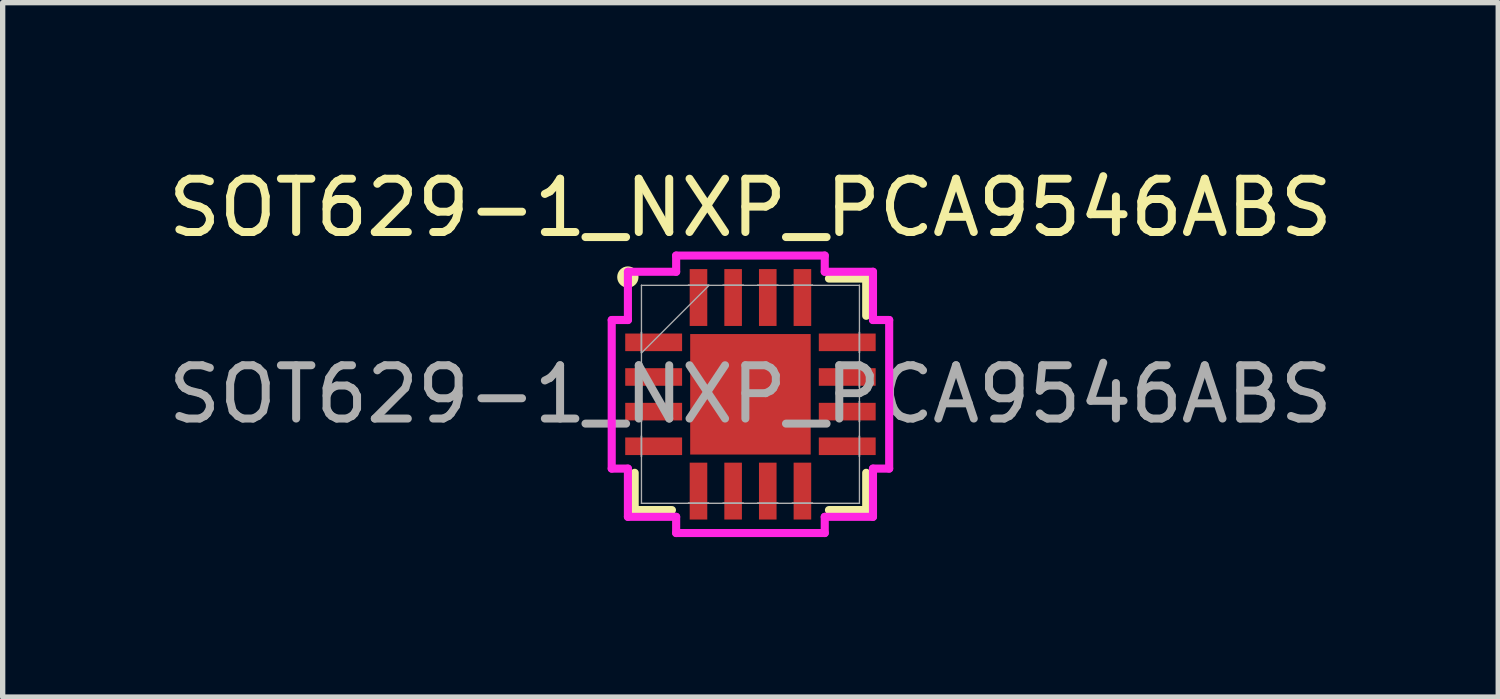
<source format=kicad_pcb>
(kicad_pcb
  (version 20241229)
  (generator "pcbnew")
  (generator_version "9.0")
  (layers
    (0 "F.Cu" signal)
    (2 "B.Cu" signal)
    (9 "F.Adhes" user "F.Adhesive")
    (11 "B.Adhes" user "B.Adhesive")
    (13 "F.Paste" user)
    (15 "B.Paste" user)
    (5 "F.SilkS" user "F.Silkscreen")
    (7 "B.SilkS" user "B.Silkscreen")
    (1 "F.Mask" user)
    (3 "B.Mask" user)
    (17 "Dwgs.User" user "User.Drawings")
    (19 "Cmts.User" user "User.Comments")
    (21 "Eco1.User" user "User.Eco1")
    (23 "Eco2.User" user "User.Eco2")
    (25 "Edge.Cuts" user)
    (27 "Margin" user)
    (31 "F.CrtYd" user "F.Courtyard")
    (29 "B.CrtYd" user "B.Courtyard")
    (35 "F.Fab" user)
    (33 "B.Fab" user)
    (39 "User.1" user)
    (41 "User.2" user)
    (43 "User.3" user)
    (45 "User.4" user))
  (footprint "SOT629-1_NXP_PCA9546ABS"
    (layer "F.Cu")
    (at 11.03 4.348)
    (property "Reference" "SOT629-1_NXP_PCA9546ABS" (at 0 -3.5 0) (unlocked yes) (layer "F.SilkS") (effects (font (size 1 1) (thickness 0.15))))
    (attr smd)
    (fp_line (start -2.172 1.473) (end -2.172 2.172) (stroke (width 0.152) (type solid)) (layer "F.SilkS"))
    (fp_line (start -2.172 2.172) (end -1.473 2.172) (stroke (width 0.152) (type solid)) (layer "F.SilkS"))
    (fp_line (start 1.473 2.172) (end 2.172 2.172) (stroke (width 0.152) (type solid)) (layer "F.SilkS"))
    (fp_line (start 2.172 -2.172) (end 1.473 -2.172) (stroke (width 0.152) (type solid)) (layer "F.SilkS"))
    (fp_line (start 2.172 -1.473) (end 2.172 -2.172) (stroke (width 0.152) (type solid)) (layer "F.SilkS"))
    (fp_line (start 2.172 2.172) (end 2.172 1.473) (stroke (width 0.152) (type solid)) (layer "F.SilkS"))
    (fp_circle (center -2.3 -2.2) (end -2.2 -2.2) (stroke (width 0.2) (type default)) (fill no) (layer "F.SilkS"))
    (fp_line (start -2.603 -1.394) (end -2.299 -1.394) (stroke (width 0.152) (type solid)) (layer "F.CrtYd"))
    (fp_line (start -2.603 1.394) (end -2.603 -1.394) (stroke (width 0.152) (type solid)) (layer "F.CrtYd"))
    (fp_line (start -2.299 -2.299) (end -1.394 -2.299) (stroke (width 0.152) (type solid)) (layer "F.CrtYd"))
    (fp_line (start -2.299 -1.394) (end -2.299 -2.299) (stroke (width 0.152) (type solid)) (layer "F.CrtYd"))
    (fp_line (start -2.299 1.394) (end -2.603 1.394) (stroke (width 0.152) (type solid)) (layer "F.CrtYd"))
    (fp_line (start -2.299 2.299) (end -2.299 1.394) (stroke (width 0.152) (type solid)) (layer "F.CrtYd"))
    (fp_line (start -1.394 -2.603) (end 1.394 -2.603) (stroke (width 0.152) (type solid)) (layer "F.CrtYd"))
    (fp_line (start -1.394 -2.299) (end -1.394 -2.603) (stroke (width 0.152) (type solid)) (layer "F.CrtYd"))
    (fp_line (start -1.394 2.299) (end -2.299 2.299) (stroke (width 0.152) (type solid)) (layer "F.CrtYd"))
    (fp_line (start -1.394 2.603) (end -1.394 2.299) (stroke (width 0.152) (type solid)) (layer "F.CrtYd"))
    (fp_line (start 1.394 -2.603) (end 1.394 -2.299) (stroke (width 0.152) (type solid)) (layer "F.CrtYd"))
    (fp_line (start 1.394 -2.299) (end 2.299 -2.299) (stroke (width 0.152) (type solid)) (layer "F.CrtYd"))
    (fp_line (start 1.394 2.299) (end 1.394 2.603) (stroke (width 0.152) (type solid)) (layer "F.CrtYd"))
    (fp_line (start 1.394 2.603) (end -1.394 2.603) (stroke (width 0.152) (type solid)) (layer "F.CrtYd"))
    (fp_line (start 2.299 -2.299) (end 2.299 -1.394) (stroke (width 0.152) (type solid)) (layer "F.CrtYd"))
    (fp_line (start 2.299 -1.394) (end 2.603 -1.394) (stroke (width 0.152) (type solid)) (layer "F.CrtYd"))
    (fp_line (start 2.299 1.394) (end 2.299 2.299) (stroke (width 0.152) (type solid)) (layer "F.CrtYd"))
    (fp_line (start 2.299 2.299) (end 1.394 2.299) (stroke (width 0.152) (type solid)) (layer "F.CrtYd"))
    (fp_line (start 2.603 -1.394) (end 2.603 1.394) (stroke (width 0.152) (type solid)) (layer "F.CrtYd"))
    (fp_line (start 2.603 1.394) (end 2.299 1.394) (stroke (width 0.152) (type solid)) (layer "F.CrtYd"))
    (fp_line (start -2.045 -2.045) (end -2.045 -2.045) (stroke (width 0.025) (type solid)) (layer "F.Fab"))
    (fp_line (start -2.045 -2.045) (end -2.045 2.045) (stroke (width 0.025) (type solid)) (layer "F.Fab"))
    (fp_line (start -2.045 -1.165) (end -2.045 -1.165) (stroke (width 0.025) (type solid)) (layer "F.Fab"))
    (fp_line (start -2.045 -1.165) (end -2.045 -0.784) (stroke (width 0.025) (type solid)) (layer "F.Fab"))
    (fp_line (start -2.045 -0.784) (end -2.045 -1.165) (stroke (width 0.025) (type solid)) (layer "F.Fab"))
    (fp_line (start -2.045 -0.784) (end -2.045 -0.784) (stroke (width 0.025) (type solid)) (layer "F.Fab"))
    (fp_line (start -2.045 -0.775) (end -0.775 -2.045) (stroke (width 0.025) (type solid)) (layer "F.Fab"))
    (fp_line (start -2.045 -0.515) (end -2.045 -0.515) (stroke (width 0.025) (type solid)) (layer "F.Fab"))
    (fp_line (start -2.045 -0.515) (end -2.045 -0.135) (stroke (width 0.025) (type solid)) (layer "F.Fab"))
    (fp_line (start -2.045 -0.135) (end -2.045 -0.515) (stroke (width 0.025) (type solid)) (layer "F.Fab"))
    (fp_line (start -2.045 -0.135) (end -2.045 -0.135) (stroke (width 0.025) (type solid)) (layer "F.Fab"))
    (fp_line (start -2.045 0.135) (end -2.045 0.135) (stroke (width 0.025) (type solid)) (layer "F.Fab"))
    (fp_line (start -2.045 0.135) (end -2.045 0.515) (stroke (width 0.025) (type solid)) (layer "F.Fab"))
    (fp_line (start -2.045 0.515) (end -2.045 0.135) (stroke (width 0.025) (type solid)) (layer "F.Fab"))
    (fp_line (start -2.045 0.515) (end -2.045 0.515) (stroke (width 0.025) (type solid)) (layer "F.Fab"))
    (fp_line (start -2.045 0.784) (end -2.045 0.784) (stroke (width 0.025) (type solid)) (layer "F.Fab"))
    (fp_line (start -2.045 0.784) (end -2.045 1.165) (stroke (width 0.025) (type solid)) (layer "F.Fab"))
    (fp_line (start -2.045 1.165) (end -2.045 0.784) (stroke (width 0.025) (type solid)) (layer "F.Fab"))
    (fp_line (start -2.045 1.165) (end -2.045 1.165) (stroke (width 0.025) (type solid)) (layer "F.Fab"))
    (fp_line (start -2.045 2.045) (end -2.045 2.045) (stroke (width 0.025) (type solid)) (layer "F.Fab"))
    (fp_line (start -2.045 2.045) (end 2.045 2.045) (stroke (width 0.025) (type solid)) (layer "F.Fab"))
    (fp_line (start -1.165 -2.045) (end -1.165 -2.045) (stroke (width 0.025) (type solid)) (layer "F.Fab"))
    (fp_line (start -1.165 -2.045) (end -0.784 -2.045) (stroke (width 0.025) (type solid)) (layer "F.Fab"))
    (fp_line (start -1.165 2.045) (end -1.165 2.045) (stroke (width 0.025) (type solid)) (layer "F.Fab"))
    (fp_line (start -1.165 2.045) (end -0.784 2.045) (stroke (width 0.025) (type solid)) (layer "F.Fab"))
    (fp_line (start -0.784 -2.045) (end -1.165 -2.045) (stroke (width 0.025) (type solid)) (layer "F.Fab"))
    (fp_line (start -0.784 -2.045) (end -0.784 -2.045) (stroke (width 0.025) (type solid)) (layer "F.Fab"))
    (fp_line (start -0.784 2.045) (end -1.165 2.045) (stroke (width 0.025) (type solid)) (layer "F.Fab"))
    (fp_line (start -0.784 2.045) (end -0.784 2.045) (stroke (width 0.025) (type solid)) (layer "F.Fab"))
    (fp_line (start -0.515 -2.045) (end -0.515 -2.045) (stroke (width 0.025) (type solid)) (layer "F.Fab"))
    (fp_line (start -0.515 -2.045) (end -0.135 -2.045) (stroke (width 0.025) (type solid)) (layer "F.Fab"))
    (fp_line (start -0.515 2.045) (end -0.515 2.045) (stroke (width 0.025) (type solid)) (layer "F.Fab"))
    (fp_line (start -0.515 2.045) (end -0.135 2.045) (stroke (width 0.025) (type solid)) (layer "F.Fab"))
    (fp_line (start -0.135 -2.045) (end -0.515 -2.045) (stroke (width 0.025) (type solid)) (layer "F.Fab"))
    (fp_line (start -0.135 -2.045) (end -0.135 -2.045) (stroke (width 0.025) (type solid)) (layer "F.Fab"))
    (fp_line (start -0.135 2.045) (end -0.515 2.045) (stroke (width 0.025) (type solid)) (layer "F.Fab"))
    (fp_line (start -0.135 2.045) (end -0.135 2.045) (stroke (width 0.025) (type solid)) (layer "F.Fab"))
    (fp_line (start 0.135 -2.045) (end 0.135 -2.045) (stroke (width 0.025) (type solid)) (layer "F.Fab"))
    (fp_line (start 0.135 -2.045) (end 0.515 -2.045) (stroke (width 0.025) (type solid)) (layer "F.Fab"))
    (fp_line (start 0.135 2.045) (end 0.135 2.045) (stroke (width 0.025) (type solid)) (layer "F.Fab"))
    (fp_line (start 0.135 2.045) (end 0.515 2.045) (stroke (width 0.025) (type solid)) (layer "F.Fab"))
    (fp_line (start 0.515 -2.045) (end 0.135 -2.045) (stroke (width 0.025) (type solid)) (layer "F.Fab"))
    (fp_line (start 0.515 -2.045) (end 0.515 -2.045) (stroke (width 0.025) (type solid)) (layer "F.Fab"))
    (fp_line (start 0.515 2.045) (end 0.135 2.045) (stroke (width 0.025) (type solid)) (layer "F.Fab"))
    (fp_line (start 0.515 2.045) (end 0.515 2.045) (stroke (width 0.025) (type solid)) (layer "F.Fab"))
    (fp_line (start 0.784 -2.045) (end 0.784 -2.045) (stroke (width 0.025) (type solid)) (layer "F.Fab"))
    (fp_line (start 0.784 -2.045) (end 1.165 -2.045) (stroke (width 0.025) (type solid)) (layer "F.Fab"))
    (fp_line (start 0.784 2.045) (end 0.784 2.045) (stroke (width 0.025) (type solid)) (layer "F.Fab"))
    (fp_line (start 0.784 2.045) (end 1.165 2.045) (stroke (width 0.025) (type solid)) (layer "F.Fab"))
    (fp_line (start 1.165 -2.045) (end 0.784 -2.045) (stroke (width 0.025) (type solid)) (layer "F.Fab"))
    (fp_line (start 1.165 -2.045) (end 1.165 -2.045) (stroke (width 0.025) (type solid)) (layer "F.Fab"))
    (fp_line (start 1.165 2.045) (end 0.784 2.045) (stroke (width 0.025) (type solid)) (layer "F.Fab"))
    (fp_line (start 1.165 2.045) (end 1.165 2.045) (stroke (width 0.025) (type solid)) (layer "F.Fab"))
    (fp_line (start 2.045 -2.045) (end -2.045 -2.045) (stroke (width 0.025) (type solid)) (layer "F.Fab"))
    (fp_line (start 2.045 -2.045) (end 2.045 -2.045) (stroke (width 0.025) (type solid)) (layer "F.Fab"))
    (fp_line (start 2.045 -1.165) (end 2.045 -1.165) (stroke (width 0.025) (type solid)) (layer "F.Fab"))
    (fp_line (start 2.045 -1.165) (end 2.045 -0.784) (stroke (width 0.025) (type solid)) (layer "F.Fab"))
    (fp_line (start 2.045 -0.784) (end 2.045 -1.165) (stroke (width 0.025) (type solid)) (layer "F.Fab"))
    (fp_line (start 2.045 -0.784) (end 2.045 -0.784) (stroke (width 0.025) (type solid)) (layer "F.Fab"))
    (fp_line (start 2.045 -0.515) (end 2.045 -0.515) (stroke (width 0.025) (type solid)) (layer "F.Fab"))
    (fp_line (start 2.045 -0.515) (end 2.045 -0.135) (stroke (width 0.025) (type solid)) (layer "F.Fab"))
    (fp_line (start 2.045 -0.135) (end 2.045 -0.515) (stroke (width 0.025) (type solid)) (layer "F.Fab"))
    (fp_line (start 2.045 -0.135) (end 2.045 -0.135) (stroke (width 0.025) (type solid)) (layer "F.Fab"))
    (fp_line (start 2.045 0.135) (end 2.045 0.135) (stroke (width 0.025) (type solid)) (layer "F.Fab"))
    (fp_line (start 2.045 0.135) (end 2.045 0.515) (stroke (width 0.025) (type solid)) (layer "F.Fab"))
    (fp_line (start 2.045 0.515) (end 2.045 0.135) (stroke (width 0.025) (type solid)) (layer "F.Fab"))
    (fp_line (start 2.045 0.515) (end 2.045 0.515) (stroke (width 0.025) (type solid)) (layer "F.Fab"))
    (fp_line (start 2.045 0.784) (end 2.045 0.784) (stroke (width 0.025) (type solid)) (layer "F.Fab"))
    (fp_line (start 2.045 0.784) (end 2.045 1.165) (stroke (width 0.025) (type solid)) (layer "F.Fab"))
    (fp_line (start 2.045 1.165) (end 2.045 0.784) (stroke (width 0.025) (type solid)) (layer "F.Fab"))
    (fp_line (start 2.045 1.165) (end 2.045 1.165) (stroke (width 0.025) (type solid)) (layer "F.Fab"))
    (fp_line (start 2.045 2.045) (end 2.045 -2.045) (stroke (width 0.025) (type solid)) (layer "F.Fab"))
    (fp_line (start 2.045 2.045) (end 2.045 2.045) (stroke (width 0.025) (type solid)) (layer "F.Fab"))
    (fp_text user "${REFERENCE}" (at 0 0 0) (unlocked yes) (layer "F.Fab") (effects (font (size 1 1) (thickness 0.15))))
    (pad "1" smd rect (at -1.816 -0.975 90) (size 0.33 1.067) (layers "F.Cu" "F.Mask" "F.Paste"))
    (pad "2" smd rect (at -1.816 -0.325 90) (size 0.33 1.067) (layers "F.Cu" "F.Mask" "F.Paste"))
    (pad "3" smd rect (at -1.816 0.325 90) (size 0.33 1.067) (layers "F.Cu" "F.Mask" "F.Paste"))
    (pad "4" smd rect (at -1.816 0.975 90) (size 0.33 1.067) (layers "F.Cu" "F.Mask" "F.Paste"))
    (pad "5" smd rect (at -0.975 1.816) (size 0.33 1.067) (layers "F.Cu" "F.Mask" "F.Paste"))
    (pad "6" smd rect (at -0.325 1.816) (size 0.33 1.067) (layers "F.Cu" "F.Mask" "F.Paste"))
    (pad "7" smd rect (at 0.325 1.816) (size 0.33 1.067) (layers "F.Cu" "F.Mask" "F.Paste"))
    (pad "8" smd rect (at 0.975 1.816) (size 0.33 1.067) (layers "F.Cu" "F.Mask" "F.Paste"))
    (pad "9" smd rect (at 1.816 0.975 90) (size 0.33 1.067) (layers "F.Cu" "F.Mask" "F.Paste"))
    (pad "10" smd rect (at 1.816 0.325 90) (size 0.33 1.067) (layers "F.Cu" "F.Mask" "F.Paste"))
    (pad "11" smd rect (at 1.816 -0.325 90) (size 0.33 1.067) (layers "F.Cu" "F.Mask" "F.Paste"))
    (pad "12" smd rect (at 1.816 -0.975 90) (size 0.33 1.067) (layers "F.Cu" "F.Mask" "F.Paste"))
    (pad "13" smd rect (at 0.975 -1.816) (size 0.33 1.067) (layers "F.Cu" "F.Mask" "F.Paste"))
    (pad "14" smd rect (at 0.325 -1.816) (size 0.33 1.067) (layers "F.Cu" "F.Mask" "F.Paste"))
    (pad "15" smd rect (at -0.325 -1.816) (size 0.33 1.067) (layers "F.Cu" "F.Mask" "F.Paste"))
    (pad "16" smd rect (at -0.975 -1.816) (size 0.33 1.067) (layers "F.Cu" "F.Mask" "F.Paste"))
    (pad "17" smd rect (at 0 0) (size 2.261 2.261) (layers "F.Cu" "F.Mask" "F.Paste")))
  (gr_rect
    (start -3 -3)
    (end 25.06 10.028)
    (stroke (width 0.1) (type default))
    (fill no)
    (layer "Edge.Cuts")))
</source>
